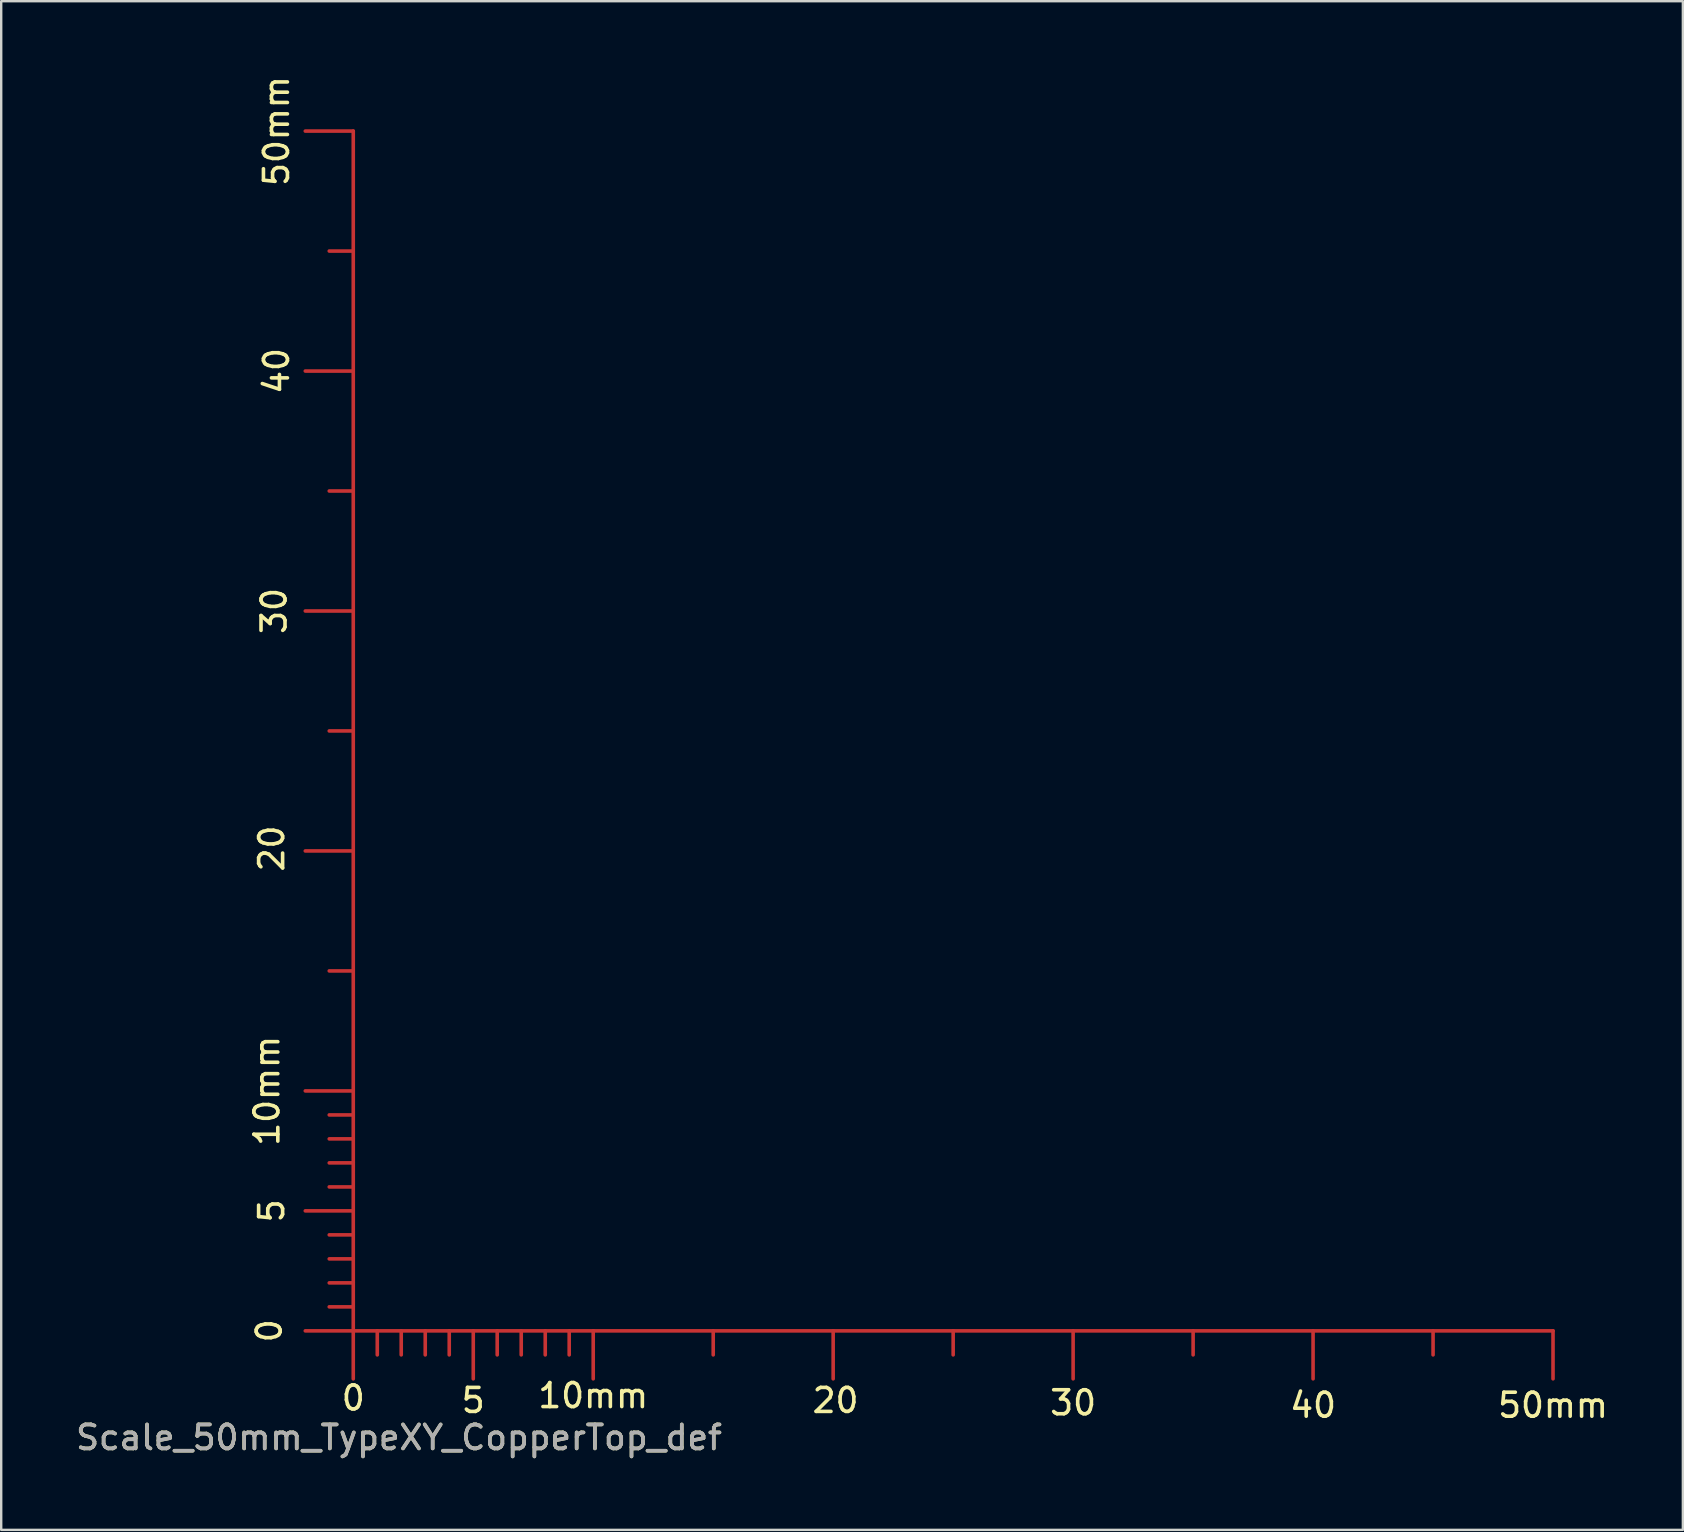
<source format=kicad_pcb>
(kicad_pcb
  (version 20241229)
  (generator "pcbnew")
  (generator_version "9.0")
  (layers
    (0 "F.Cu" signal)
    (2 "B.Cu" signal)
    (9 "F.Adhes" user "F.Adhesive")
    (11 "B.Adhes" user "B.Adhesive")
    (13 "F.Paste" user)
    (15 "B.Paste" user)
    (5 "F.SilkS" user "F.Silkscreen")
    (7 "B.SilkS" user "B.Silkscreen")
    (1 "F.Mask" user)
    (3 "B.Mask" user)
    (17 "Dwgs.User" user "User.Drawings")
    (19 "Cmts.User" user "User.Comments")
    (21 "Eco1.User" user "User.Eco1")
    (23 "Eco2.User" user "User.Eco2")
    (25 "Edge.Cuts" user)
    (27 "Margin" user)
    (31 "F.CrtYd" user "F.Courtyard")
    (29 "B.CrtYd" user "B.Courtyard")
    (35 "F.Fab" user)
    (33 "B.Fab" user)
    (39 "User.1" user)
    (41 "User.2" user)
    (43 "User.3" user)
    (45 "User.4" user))
  (footprint "Scale_50mm_TypeXY_CopperTop_def"
    (layer "F.Cu")
    (at 11.672 52.413)
    (property "Reference" "Scale_50mm_TypeXY_CopperTop_def" (at 1.905 4.445 0) (layer "F.SilkS") (effects (font (size 1 1) (thickness 0.15))))
    (attr exclude_from_pos_files exclude_from_bom)
    (fp_line (start 0 -50) (end -1.999 -50) (stroke (width 0.15) (type solid)) (layer "F.Cu"))
    (fp_line (start 0 -45.001) (end -1.001 -45.001) (stroke (width 0.15) (type solid)) (layer "F.Cu"))
    (fp_line (start 0 -40) (end -1.999 -40) (stroke (width 0.15) (type solid)) (layer "F.Cu"))
    (fp_line (start 0 -35.001) (end -1.001 -35.001) (stroke (width 0.15) (type solid)) (layer "F.Cu"))
    (fp_line (start 0 -30) (end -1.999 -30) (stroke (width 0.15) (type solid)) (layer "F.Cu"))
    (fp_line (start 0 -25.001) (end -1.001 -25.001) (stroke (width 0.15) (type solid)) (layer "F.Cu"))
    (fp_line (start 0 -20) (end -1.999 -20) (stroke (width 0.15) (type solid)) (layer "F.Cu"))
    (fp_line (start 0 -15.001) (end -1.001 -15.001) (stroke (width 0.15) (type solid)) (layer "F.Cu"))
    (fp_line (start 0 -10) (end -1.999 -10) (stroke (width 0.15) (type solid)) (layer "F.Cu"))
    (fp_line (start 0 -8.999) (end -1.001 -8.999) (stroke (width 0.15) (type solid)) (layer "F.Cu"))
    (fp_line (start 0 -8.001) (end -1.001 -8.001) (stroke (width 0.15) (type solid)) (layer "F.Cu"))
    (fp_line (start 0 -7) (end -1.001 -7) (stroke (width 0.15) (type solid)) (layer "F.Cu"))
    (fp_line (start 0 -5.999) (end -1.001 -5.999) (stroke (width 0.15) (type solid)) (layer "F.Cu"))
    (fp_line (start 0 -5.001) (end -1.999 -5.001) (stroke (width 0.15) (type solid)) (layer "F.Cu"))
    (fp_line (start 0 -4) (end -1.001 -4) (stroke (width 0.15) (type solid)) (layer "F.Cu"))
    (fp_line (start 0 -3) (end -1.001 -3) (stroke (width 0.15) (type solid)) (layer "F.Cu"))
    (fp_line (start 0 -1.999) (end -1.001 -1.999) (stroke (width 0.15) (type solid)) (layer "F.Cu"))
    (fp_line (start 0 -1.001) (end -1.001 -1.001) (stroke (width 0.15) (type solid)) (layer "F.Cu"))
    (fp_line (start 0 0) (end -1.999 0) (stroke (width 0.15) (type solid)) (layer "F.Cu"))
    (fp_line (start 0 0) (end 0 -50) (stroke (width 0.15) (type solid)) (layer "F.Cu"))
    (fp_line (start 0 0) (end 0 1.999) (stroke (width 0.15) (type solid)) (layer "F.Cu"))
    (fp_line (start 0 0) (end 10 0) (stroke (width 0.15) (type solid)) (layer "F.Cu"))
    (fp_line (start 1.001 0) (end 1.001 1.001) (stroke (width 0.15) (type solid)) (layer "F.Cu"))
    (fp_line (start 1.999 0) (end 1.999 1.001) (stroke (width 0.15) (type solid)) (layer "F.Cu"))
    (fp_line (start 3 0) (end 3 1.001) (stroke (width 0.15) (type solid)) (layer "F.Cu"))
    (fp_line (start 4 0) (end 4 1.001) (stroke (width 0.15) (type solid)) (layer "F.Cu"))
    (fp_line (start 5.001 0) (end 5.001 1.999) (stroke (width 0.15) (type solid)) (layer "F.Cu"))
    (fp_line (start 5.999 0) (end 5.999 1.001) (stroke (width 0.15) (type solid)) (layer "F.Cu"))
    (fp_line (start 7 0) (end 7 1.001) (stroke (width 0.15) (type solid)) (layer "F.Cu"))
    (fp_line (start 8.001 0) (end 8.001 1.001) (stroke (width 0.15) (type solid)) (layer "F.Cu"))
    (fp_line (start 8.999 0) (end 8.999 1.001) (stroke (width 0.15) (type solid)) (layer "F.Cu"))
    (fp_line (start 10 0) (end 10 1.999) (stroke (width 0.15) (type solid)) (layer "F.Cu"))
    (fp_line (start 10 0) (end 50 0) (stroke (width 0.15) (type solid)) (layer "F.Cu"))
    (fp_line (start 15.001 0) (end 15.001 1.001) (stroke (width 0.15) (type solid)) (layer "F.Cu"))
    (fp_line (start 20 0) (end 20 1.999) (stroke (width 0.15) (type solid)) (layer "F.Cu"))
    (fp_line (start 25.001 0) (end 25.001 1.001) (stroke (width 0.15) (type solid)) (layer "F.Cu"))
    (fp_line (start 30 0) (end 30 1.999) (stroke (width 0.15) (type solid)) (layer "F.Cu"))
    (fp_line (start 35.001 0) (end 35.001 1.001) (stroke (width 0.15) (type solid)) (layer "F.Cu"))
    (fp_line (start 40 0) (end 40 1.999) (stroke (width 0.15) (type solid)) (layer "F.Cu"))
    (fp_line (start 45.001 0) (end 45.001 1.001) (stroke (width 0.15) (type solid)) (layer "F.Cu"))
    (fp_line (start 50 0) (end 50 1.999) (stroke (width 0.15) (type solid)) (layer "F.Cu"))
    (fp_text user "40" (at 40 3.101 0) (layer "F.SilkS") (effects (font (size 1 1) (thickness 0.15))))
    (fp_text user "20" (at 20.099 2.901 0) (layer "F.SilkS") (effects (font (size 1 1) (thickness 0.15))))
    (fp_text user "5" (at -3.399 -5.001 90) (layer "F.SilkS") (effects (font (size 1 1) (thickness 0.15))))
    (fp_text user "50mm" (at -3.198 -50.002 90) (layer "F.SilkS") (effects (font (size 1 1) (thickness 0.15))))
    (fp_text user "10mm" (at -3.599 -10.003 90) (layer "F.SilkS") (effects (font (size 1 1) (thickness 0.15))))
    (fp_text user "10mm" (at 10 2.7 0) (layer "F.SilkS") (effects (font (size 1 1) (thickness 0.15))))
    (fp_text user "30" (at -3.299 -30.002 90) (layer "F.SilkS") (effects (font (size 1 1) (thickness 0.15))))
    (fp_text user "50mm" (at 50 3.101 0) (layer "F.SilkS") (effects (font (size 1 1) (thickness 0.15))))
    (fp_text user "30" (at 30 3 0) (layer "F.SilkS") (effects (font (size 1 1) (thickness 0.15))))
    (fp_text user "0" (at -3.5 -0.003 90) (layer "F.SilkS") (effects (font (size 1 1) (thickness 0.15))))
    (fp_text user "5" (at 4.999 2.901 0) (layer "F.SilkS") (effects (font (size 1 1) (thickness 0.15))))
    (fp_text user "0" (at 0 2.799 0) (layer "F.SilkS") (effects (font (size 1 1) (thickness 0.15))))
    (fp_text user "40" (at -3.198 -40.002 90) (layer "F.SilkS") (effects (font (size 1 1) (thickness 0.15))))
    (fp_text user "20" (at -3.399 -20.102 90) (layer "F.SilkS") (effects (font (size 1 1) (thickness 0.15))))
    (fp_text user "${REFERENCE}" (at 1.905 4.445 0) (layer "F.Fab") (effects (font (size 1 1) (thickness 0.15)))))
  (gr_rect
    (start -3 -3)
    (end 67.083 60.706)
    (stroke (width 0.1) (type default))
    (fill no)
    (layer "Edge.Cuts")))
</source>
